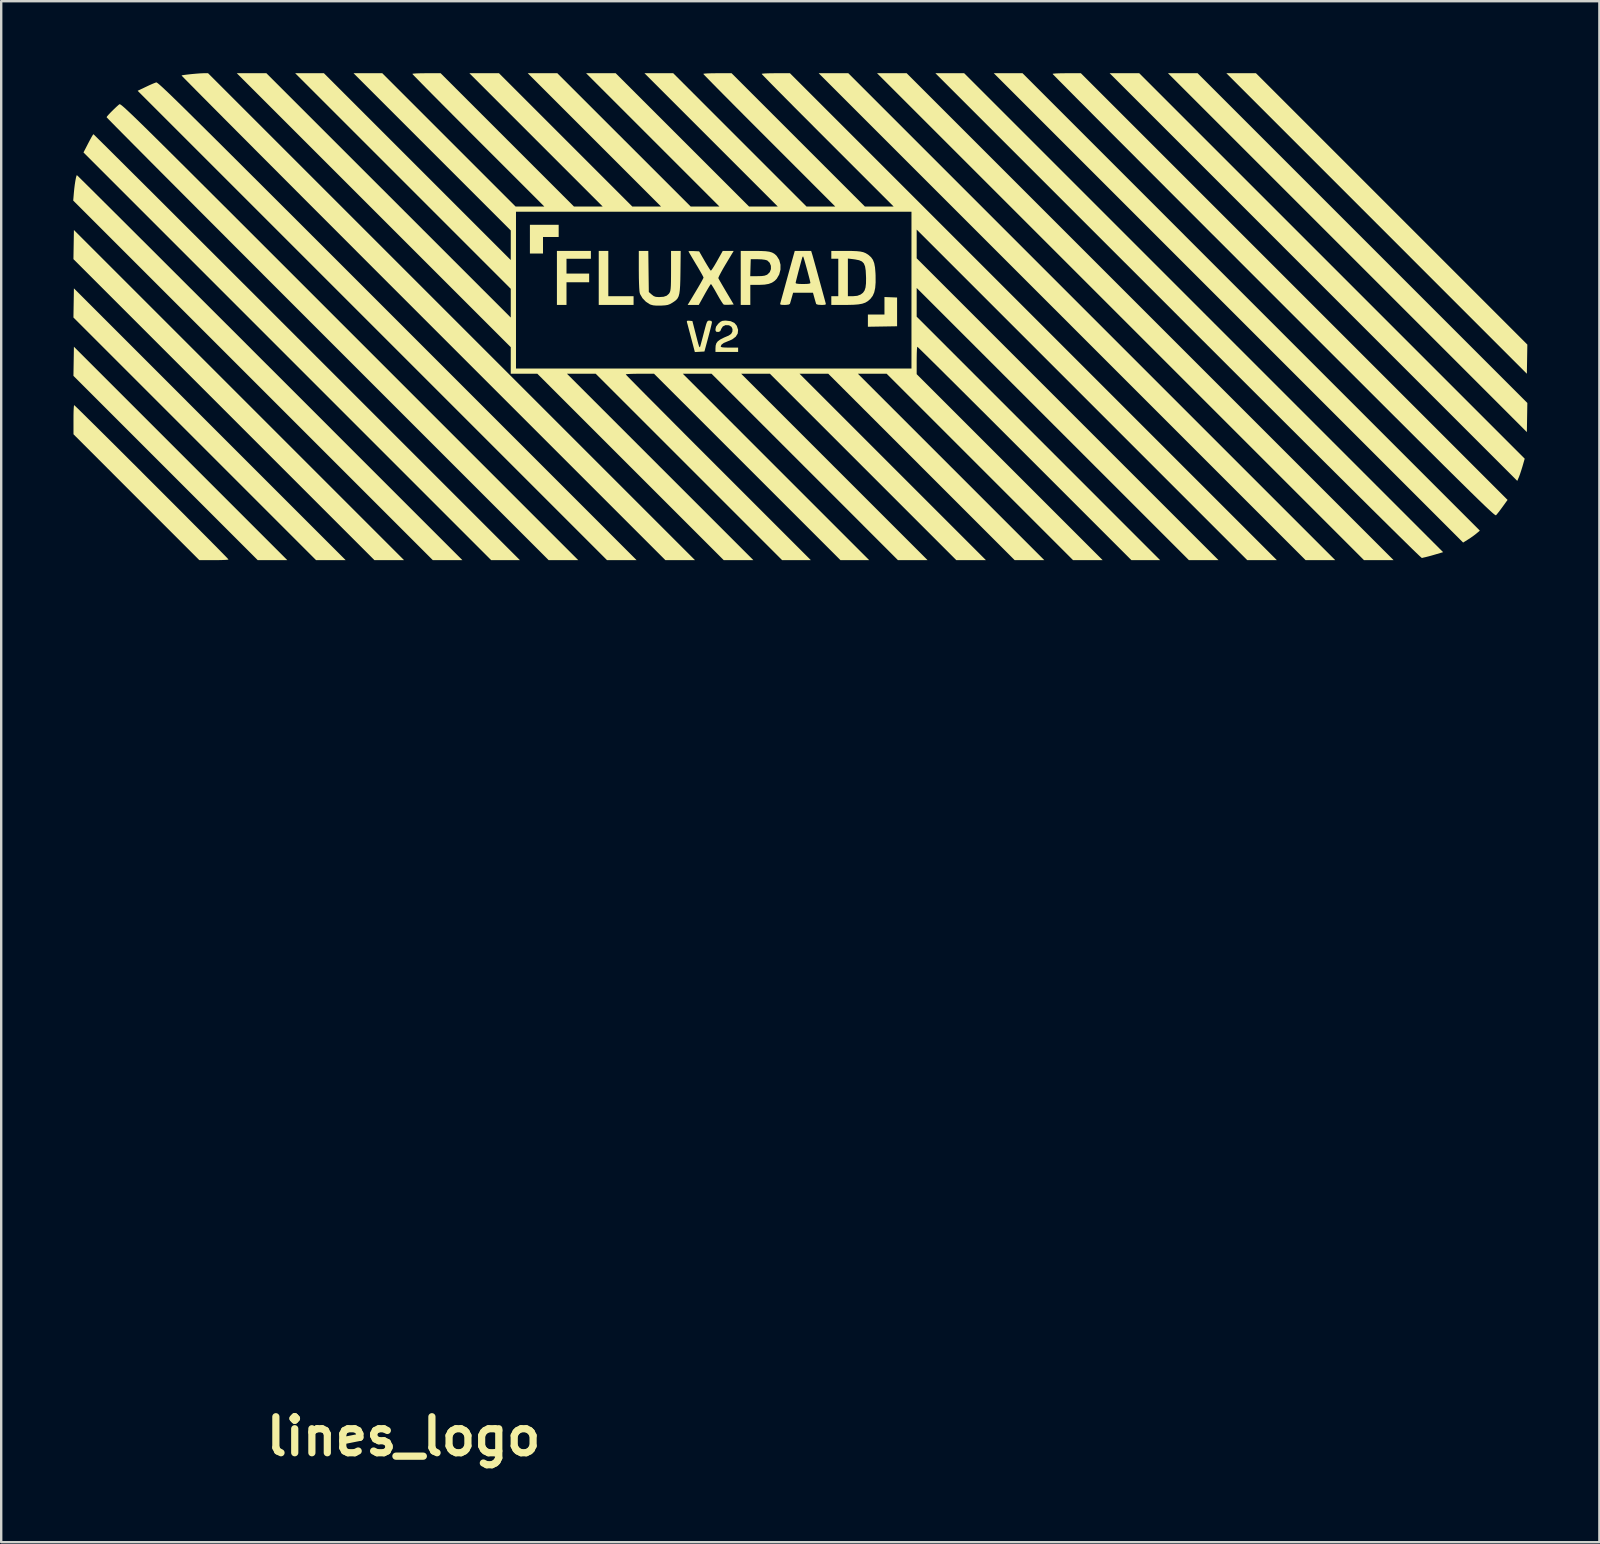
<source format=kicad_pcb>
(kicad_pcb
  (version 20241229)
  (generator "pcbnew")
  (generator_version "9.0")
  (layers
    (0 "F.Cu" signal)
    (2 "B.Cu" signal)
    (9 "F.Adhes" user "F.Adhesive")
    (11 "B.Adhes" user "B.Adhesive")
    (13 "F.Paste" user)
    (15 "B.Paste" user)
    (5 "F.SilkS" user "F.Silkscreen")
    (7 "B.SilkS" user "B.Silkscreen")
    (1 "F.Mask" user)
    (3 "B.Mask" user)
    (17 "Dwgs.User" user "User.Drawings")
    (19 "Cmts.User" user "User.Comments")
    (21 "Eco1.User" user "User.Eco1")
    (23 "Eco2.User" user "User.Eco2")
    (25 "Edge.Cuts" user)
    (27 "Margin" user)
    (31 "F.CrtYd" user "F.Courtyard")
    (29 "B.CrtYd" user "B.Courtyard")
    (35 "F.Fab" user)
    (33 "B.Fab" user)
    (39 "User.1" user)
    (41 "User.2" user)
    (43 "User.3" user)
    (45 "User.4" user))
  (footprint "lines_logo"
    (layer "F.Cu")
    (at 13.763 56.787)
    (property "Reference" "lines_logo" (at 0 0 0) (layer "F.SilkS") (effects (font (size 1.5 1.5) (thickness 0.3))))
    (attr board_only exclude_from_pos_files exclude_from_bom)
    (fp_poly (pts (xy -9.289 -40.949) (xy -4.844 -36.503) (xy -5.461 -36.503) (xy -6.078 -36.503) (xy -9.916 -40.342) (xy -13.754 -44.18) (xy -13.744 -44.787) (xy -13.734 -45.394)) (stroke (width 0) (type solid)) (fill yes) (layer "F.SilkS"))
    (fp_poly (pts (xy -8.074 -42.164) (xy -2.413 -36.503) (xy -3.03 -36.503) (xy -3.647 -36.503) (xy -8.7 -41.557) (xy -13.754 -46.611) (xy -13.744 -47.218) (xy -13.734 -47.825)) (stroke (width 0) (type solid)) (fill yes) (layer "F.SilkS"))
    (fp_poly (pts (xy -6.858 -43.38) (xy 0.018 -36.503) (xy -0.599 -36.503) (xy -1.216 -36.503) (xy -7.485 -42.773) (xy -13.754 -49.042) (xy -13.744 -49.649) (xy -13.734 -50.256)) (stroke (width 0) (type solid)) (fill yes) (layer "F.SilkS"))
    (fp_poly (pts (xy 28.666 -46.645) (xy 38.808 -36.503) (xy 38.191 -36.503) (xy 37.574 -36.503) (xy 27.432 -46.645) (xy 17.29 -56.787) (xy 17.907 -56.787) (xy 18.524 -56.787)) (stroke (width 0) (type solid)) (fill yes) (layer "F.SilkS"))
    (fp_poly (pts (xy 31.097 -46.645) (xy 41.239 -36.503) (xy 40.622 -36.503) (xy 40.005 -36.503) (xy 29.863 -46.645) (xy 19.721 -56.787) (xy 20.338 -56.787) (xy 20.955 -56.787)) (stroke (width 0) (type solid)) (fill yes) (layer "F.SilkS"))
    (fp_poly (pts (xy 39.942 -49.919) (xy 46.81 -43.051) (xy 46.8 -42.444) (xy 46.79 -41.837) (xy 39.316 -49.312) (xy 31.841 -56.787) (xy 32.457 -56.787) (xy 33.074 -56.787)) (stroke (width 0) (type solid)) (fill yes) (layer "F.SilkS"))
    (fp_poly (pts (xy 41.158 -51.135) (xy 46.81 -45.483) (xy 46.8 -44.875) (xy 46.79 -44.268) (xy 40.531 -50.528) (xy 34.272 -56.787) (xy 34.889 -56.787) (xy 35.505 -56.787)) (stroke (width 0) (type solid)) (fill yes) (layer "F.SilkS"))
    (fp_poly (pts (xy 35.306 -47.26) (xy 44.831 -37.733) (xy 44.694 -37.617) (xy 44.588 -37.534) (xy 44.453 -37.438) (xy 44.346 -37.368) (xy 44.135 -37.236) (xy 34.359 -47.012) (xy 24.584 -56.787) (xy 25.182 -56.787) (xy 25.781 -56.787)) (stroke (width 0) (type solid)) (fill yes) (layer "F.SilkS"))
    (fp_poly (pts (xy 6.459 -50.219) (xy 6.459 -49.965) (xy 6.132 -49.965) (xy 5.806 -49.965) (xy 5.806 -49.621) (xy 5.806 -49.276) (xy 5.534 -49.276) (xy 5.261 -49.276) (xy 5.261 -49.875) (xy 5.261 -50.473) (xy 5.86 -50.473) (xy 6.459 -50.473)) (stroke (width 0) (type solid)) (fill yes) (layer "F.SilkS"))
    (fp_poly (pts (xy 8.527 -48.441) (xy 8.527 -47.498) (xy 9.053 -47.498) (xy 9.579 -47.498) (xy 9.579 -47.317) (xy 9.579 -47.135) (xy 8.854 -47.135) (xy 8.128 -47.135) (xy 8.128 -48.26) (xy 8.128 -49.385) (xy 8.328 -49.385) (xy 8.527 -49.385)) (stroke (width 0) (type solid)) (fill yes) (layer "F.SilkS"))
    (fp_poly (pts (xy 20.293 -47.454) (xy 20.556 -47.444) (xy 20.556 -46.845) (xy 20.556 -46.246) (xy 19.948 -46.236) (xy 19.34 -46.226) (xy 19.34 -46.481) (xy 19.34 -46.736) (xy 19.685 -46.736) (xy 20.03 -46.736) (xy 20.03 -47.1) (xy 20.03 -47.465)) (stroke (width 0) (type solid)) (fill yes) (layer "F.SilkS"))
    (fp_poly (pts (xy 38.672 -48.759) (xy 46.7 -40.73) (xy 46.61 -40.417) (xy 46.56 -40.255) (xy 46.509 -40.099) (xy 46.465 -39.979) (xy 46.455 -39.955) (xy 46.391 -39.805) (xy 37.9 -48.296) (xy 29.41 -56.787) (xy 30.026 -56.787) (xy 30.643 -56.787)) (stroke (width 0) (type solid)) (fill yes) (layer "F.SilkS"))
    (fp_poly (pts (xy 7.801 -49.222) (xy 7.801 -49.058) (xy 7.293 -49.058) (xy 6.785 -49.058) (xy 6.785 -48.75) (xy 6.785 -48.441) (xy 7.257 -48.441) (xy 7.729 -48.441) (xy 7.729 -48.26) (xy 7.729 -48.079) (xy 7.257 -48.079) (xy 6.785 -48.079) (xy 6.785 -47.607) (xy 6.785 -47.135) (xy 6.586 -47.135) (xy 6.386 -47.135) (xy 6.386 -48.26) (xy 6.386 -49.385) (xy 7.094 -49.385) (xy 7.801 -49.385)) (stroke (width 0) (type solid)) (fill yes) (layer "F.SilkS"))
    (fp_poly (pts (xy -12.895 -54.222) (xy -12.818 -54.147) (xy -12.694 -54.024) (xy -12.524 -53.856) (xy -12.31 -53.644) (xy -12.055 -53.39) (xy -11.759 -53.095) (xy -11.425 -52.762) (xy -11.054 -52.393) (xy -10.648 -51.989) (xy -10.21 -51.552) (xy -9.741 -51.084) (xy -9.243 -50.586) (xy -8.718 -50.062) (xy -8.167 -49.512) (xy -7.593 -48.939) (xy -6.997 -48.343) (xy -6.381 -47.728) (xy -5.748 -47.095) (xy -5.098 -46.445) (xy -4.434 -45.781) (xy -4.028 -45.375) (xy 4.844 -36.503) (xy 4.245 -36.503) (xy 3.647 -36.503) (xy -4.844 -44.995) (xy -13.335 -53.487) (xy -13.139 -53.867) (xy -13.061 -54.015) (xy -12.994 -54.137) (xy -12.945 -54.218) (xy -12.922 -54.247)) (stroke (width 0) (type solid)) (fill yes) (layer "F.SilkS"))
    (fp_poly (pts (xy -13.583 -52.516) (xy -13.507 -52.442) (xy -13.383 -52.319) (xy -13.214 -52.152) (xy -13.001 -51.941) (xy -12.747 -51.688) (xy -12.453 -51.395) (xy -12.121 -51.065) (xy -11.754 -50.699) (xy -11.353 -50.299) (xy -10.92 -49.867) (xy -10.457 -49.406) (xy -9.967 -48.916) (xy -9.45 -48.4) (xy -8.91 -47.86) (xy -8.347 -47.298) (xy -7.764 -46.716) (xy -7.163 -46.116) (xy -6.546 -45.499) (xy -5.915 -44.867) (xy -5.57 -44.523) (xy 2.449 -36.503) (xy 1.832 -36.503) (xy 1.216 -36.503) (xy -6.274 -43.993) (xy -13.763 -51.482) (xy -13.738 -51.785) (xy -13.72 -51.968) (xy -13.698 -52.147) (xy -13.673 -52.308) (xy -13.648 -52.437) (xy -13.625 -52.519) (xy -13.61 -52.542)) (stroke (width 0) (type solid)) (fill yes) (layer "F.SilkS"))
    (fp_poly (pts (xy 33.325 -46.812) (xy 43.301 -36.836) (xy 42.996 -36.746) (xy 42.842 -36.701) (xy 42.703 -36.663) (xy 42.601 -36.637) (xy 42.581 -36.632) (xy 42.484 -36.61) (xy 42.418 -36.593) (xy 42.387 -36.617) (xy 42.305 -36.692) (xy 42.173 -36.818) (xy 41.991 -36.994) (xy 41.76 -37.221) (xy 41.479 -37.497) (xy 41.149 -37.822) (xy 40.771 -38.196) (xy 40.344 -38.618) (xy 39.87 -39.089) (xy 39.348 -39.607) (xy 38.779 -40.173) (xy 38.164 -40.785) (xy 37.502 -41.444) (xy 36.795 -42.15) (xy 36.042 -42.901) (xy 35.243 -43.698) (xy 34.4 -44.54) (xy 33.513 -45.427) (xy 32.581 -46.358) (xy 32.258 -46.682) (xy 22.152 -56.787) (xy 22.751 -56.787) (xy 23.35 -56.787)) (stroke (width 0) (type solid)) (fill yes) (layer "F.SilkS"))
    (fp_poly (pts (xy 1.996 -46.645) (xy 12.138 -36.503) (xy 11.521 -36.503) (xy 10.904 -36.503) (xy 0.818 -46.589) (xy 0.102 -47.306) (xy -0.602 -48.009) (xy -1.29 -48.698) (xy -1.961 -49.37) (xy -2.614 -50.024) (xy -3.247 -50.658) (xy -3.859 -51.27) (xy -4.446 -51.858) (xy -5.008 -52.422) (xy -5.543 -52.958) (xy -6.05 -53.466) (xy -6.525 -53.944) (xy -6.969 -54.389) (xy -7.379 -54.801) (xy -7.752 -55.176) (xy -8.089 -55.515) (xy -8.386 -55.814) (xy -8.643 -56.073) (xy -8.856 -56.289) (xy -9.026 -56.461) (xy -9.149 -56.586) (xy -9.225 -56.664) (xy -9.251 -56.693) (xy -9.251 -56.693) (xy -9.208 -56.704) (xy -9.109 -56.719) (xy -8.971 -56.736) (xy -8.811 -56.753) (xy -8.645 -56.768) (xy -8.49 -56.78) (xy -8.363 -56.786) (xy -8.315 -56.787) (xy -8.146 -56.787)) (stroke (width 0) (type solid)) (fill yes) (layer "F.SilkS"))
    (fp_poly (pts (xy -10.294 -56.403) (xy -10.276 -56.394) (xy -10.249 -56.375) (xy -10.212 -56.346) (xy -10.163 -56.305) (xy -10.101 -56.25) (xy -10.024 -56.18) (xy -9.932 -56.093) (xy -9.821 -55.989) (xy -9.692 -55.865) (xy -9.542 -55.719) (xy -9.37 -55.552) (xy -9.174 -55.36) (xy -8.954 -55.143) (xy -8.707 -54.899) (xy -8.432 -54.627) (xy -8.127 -54.325) (xy -7.791 -53.992) (xy -7.423 -53.626) (xy -7.021 -53.225) (xy -6.584 -52.789) (xy -6.109 -52.316) (xy -5.596 -51.804) (xy -5.043 -51.252) (xy -4.449 -50.659) (xy -3.812 -50.022) (xy -3.13 -49.341) (xy -2.403 -48.614) (xy -1.628 -47.839) (xy -0.805 -47.016) (xy -0.254 -46.465) (xy 9.706 -36.503) (xy 9.09 -36.503) (xy 8.473 -36.503) (xy -1.303 -46.279) (xy -11.079 -56.055) (xy -10.737 -56.218) (xy -10.585 -56.29) (xy -10.448 -56.35) (xy -10.345 -56.391) (xy -10.305 -56.404)) (stroke (width 0) (type solid)) (fill yes) (layer "F.SilkS"))
    (fp_poly (pts (xy 12.821 -46.468) (xy 12.844 -46.42) (xy 12.844 -46.419) (xy 12.835 -46.363) (xy 12.809 -46.251) (xy 12.771 -46.096) (xy 12.723 -45.91) (xy 12.687 -45.774) (xy 12.53 -45.194) (xy 12.331 -45.183) (xy 12.132 -45.172) (xy 11.976 -45.764) (xy 11.923 -45.965) (xy 11.875 -46.145) (xy 11.837 -46.29) (xy 11.81 -46.388) (xy 11.801 -46.421) (xy 11.8 -46.465) (xy 11.84 -46.479) (xy 11.906 -46.476) (xy 12.029 -46.464) (xy 12.178 -45.883) (xy 12.233 -45.671) (xy 12.273 -45.521) (xy 12.302 -45.427) (xy 12.323 -45.38) (xy 12.339 -45.373) (xy 12.353 -45.398) (xy 12.362 -45.43) (xy 12.385 -45.513) (xy 12.421 -45.649) (xy 12.466 -45.818) (xy 12.514 -46.003) (xy 12.518 -46.019) (xy 12.568 -46.207) (xy 12.604 -46.335) (xy 12.634 -46.416) (xy 12.662 -46.46) (xy 12.693 -46.478) (xy 12.733 -46.482) (xy 12.742 -46.482)) (stroke (width 0) (type solid)) (fill yes) (layer "F.SilkS"))
    (fp_poly (pts (xy -13.697 -42.937) (xy -13.62 -42.864) (xy -13.5 -42.748) (xy -13.341 -42.591) (xy -13.145 -42.397) (xy -12.916 -42.171) (xy -12.659 -41.916) (xy -12.377 -41.636) (xy -12.074 -41.335) (xy -11.754 -41.016) (xy -11.42 -40.683) (xy -11.076 -40.34) (xy -10.727 -39.99) (xy -10.375 -39.638) (xy -10.024 -39.287) (xy -9.678 -38.941) (xy -9.342 -38.604) (xy -9.018 -38.279) (xy -8.711 -37.97) (xy -8.424 -37.682) (xy -8.16 -37.417) (xy -7.925 -37.179) (xy -7.721 -36.973) (xy -7.553 -36.801) (xy -7.423 -36.669) (xy -7.336 -36.578) (xy -7.296 -36.534) (xy -7.293 -36.531) (xy -7.328 -36.522) (xy -7.423 -36.514) (xy -7.567 -36.508) (xy -7.747 -36.504) (xy -7.901 -36.503) (xy -8.509 -36.503) (xy -11.131 -39.125) (xy -13.752 -41.747) (xy -13.752 -42.355) (xy -13.751 -42.555) (xy -13.747 -42.728) (xy -13.74 -42.861) (xy -13.732 -42.942) (xy -13.725 -42.962)) (stroke (width 0) (type solid)) (fill yes) (layer "F.SilkS"))
    (fp_poly (pts (xy 14.884 -49.382) (xy 15.083 -49.372) (xy 15.233 -49.352) (xy 15.348 -49.318) (xy 15.438 -49.269) (xy 15.516 -49.202) (xy 15.543 -49.173) (xy 15.648 -49.007) (xy 15.699 -48.811) (xy 15.698 -48.603) (xy 15.646 -48.403) (xy 15.544 -48.227) (xy 15.462 -48.142) (xy 15.346 -48.063) (xy 15.209 -48.011) (xy 15.036 -47.981) (xy 14.811 -47.97) (xy 14.759 -47.97) (xy 14.442 -47.97) (xy 14.442 -47.552) (xy 14.442 -47.135) (xy 14.242 -47.135) (xy 14.043 -47.135) (xy 14.043 -48.26) (xy 14.043 -48.333) (xy 14.439 -48.333) (xy 14.74 -48.333) (xy 14.912 -48.337) (xy 15.032 -48.353) (xy 15.122 -48.385) (xy 15.156 -48.404) (xy 15.253 -48.5) (xy 15.301 -48.628) (xy 15.299 -48.765) (xy 15.249 -48.891) (xy 15.152 -48.984) (xy 15.144 -48.989) (xy 15.054 -49.015) (xy 14.912 -49.033) (xy 14.756 -49.039) (xy 14.46 -49.04) (xy 14.449 -48.686) (xy 14.439 -48.333) (xy 14.043 -48.333) (xy 14.043 -49.385) (xy 14.625 -49.385)) (stroke (width 0) (type solid)) (fill yes) (layer "F.SilkS"))
    (fp_poly (pts (xy 13.628 -46.457) (xy 13.781 -46.383) (xy 13.879 -46.265) (xy 13.933 -46.098) (xy 13.918 -45.945) (xy 13.835 -45.811) (xy 13.686 -45.698) (xy 13.48 -45.611) (xy 13.337 -45.551) (xy 13.242 -45.48) (xy 13.208 -45.406) (xy 13.225 -45.383) (xy 13.283 -45.368) (xy 13.392 -45.36) (xy 13.563 -45.357) (xy 13.571 -45.357) (xy 13.934 -45.357) (xy 13.934 -45.266) (xy 13.934 -45.176) (xy 13.462 -45.176) (xy 12.99 -45.176) (xy 12.99 -45.319) (xy 12.998 -45.441) (xy 13.027 -45.538) (xy 13.088 -45.62) (xy 13.19 -45.695) (xy 13.342 -45.773) (xy 13.544 -45.859) (xy 13.644 -45.93) (xy 13.696 -46.027) (xy 13.7 -46.131) (xy 13.656 -46.223) (xy 13.564 -46.282) (xy 13.549 -46.287) (xy 13.409 -46.293) (xy 13.298 -46.24) (xy 13.23 -46.136) (xy 13.228 -46.128) (xy 13.191 -46.045) (xy 13.134 -46.013) (xy 13.092 -46.01) (xy 13.02 -46.02) (xy 12.994 -46.063) (xy 12.99 -46.123) (xy 13.016 -46.231) (xy 13.1 -46.344) (xy 13.114 -46.359) (xy 13.2 -46.435) (xy 13.28 -46.471) (xy 13.389 -46.482) (xy 13.424 -46.482)) (stroke (width 0) (type solid)) (fill yes) (layer "F.SilkS"))
    (fp_poly (pts (xy 10.203 -48.529) (xy 10.214 -47.673) (xy 10.333 -47.568) (xy 10.419 -47.502) (xy 10.506 -47.471) (xy 10.628 -47.462) (xy 10.649 -47.462) (xy 10.831 -47.475) (xy 10.96 -47.52) (xy 11.052 -47.601) (xy 11.079 -47.643) (xy 11.099 -47.686) (xy 11.114 -47.745) (xy 11.125 -47.829) (xy 11.133 -47.949) (xy 11.137 -48.114) (xy 11.139 -48.333) (xy 11.14 -48.565) (xy 11.14 -49.385) (xy 11.341 -49.385) (xy 11.542 -49.385) (xy 11.532 -48.505) (xy 11.527 -48.195) (xy 11.519 -47.948) (xy 11.506 -47.756) (xy 11.486 -47.608) (xy 11.456 -47.496) (xy 11.413 -47.41) (xy 11.355 -47.342) (xy 11.279 -47.282) (xy 11.194 -47.226) (xy 11.096 -47.17) (xy 11.005 -47.136) (xy 10.897 -47.118) (xy 10.745 -47.108) (xy 10.707 -47.107) (xy 10.529 -47.106) (xy 10.399 -47.118) (xy 10.296 -47.145) (xy 10.25 -47.165) (xy 10.09 -47.27) (xy 9.951 -47.415) (xy 9.855 -47.578) (xy 9.836 -47.633) (xy 9.824 -47.711) (xy 9.814 -47.849) (xy 9.806 -48.034) (xy 9.8 -48.256) (xy 9.798 -48.501) (xy 9.797 -48.578) (xy 9.797 -49.385) (xy 9.995 -49.385) (xy 10.193 -49.385)) (stroke (width 0) (type solid)) (fill yes) (layer "F.SilkS"))
    (fp_poly (pts (xy 18.67 -49.383) (xy 18.871 -49.375) (xy 19.024 -49.359) (xy 19.144 -49.333) (xy 19.242 -49.294) (xy 19.333 -49.24) (xy 19.368 -49.214) (xy 19.473 -49.121) (xy 19.55 -49.012) (xy 19.603 -48.874) (xy 19.637 -48.694) (xy 19.656 -48.459) (xy 19.66 -48.365) (xy 19.662 -48.074) (xy 19.644 -47.842) (xy 19.604 -47.658) (xy 19.539 -47.511) (xy 19.447 -47.39) (xy 19.433 -47.376) (xy 19.338 -47.293) (xy 19.232 -47.23) (xy 19.104 -47.186) (xy 18.942 -47.157) (xy 18.735 -47.141) (xy 18.471 -47.135) (xy 18.39 -47.135) (xy 17.816 -47.135) (xy 17.816 -47.317) (xy 17.816 -47.498) (xy 17.961 -47.498) (xy 18.107 -47.498) (xy 18.107 -48.278) (xy 18.107 -49.058) (xy 17.961 -49.058) (xy 17.816 -49.058) (xy 17.816 -49.067) (xy 18.506 -49.067) (xy 18.506 -48.282) (xy 18.506 -47.498) (xy 18.714 -47.498) (xy 18.899 -47.515) (xy 19.038 -47.568) (xy 19.043 -47.572) (xy 19.136 -47.643) (xy 19.2 -47.735) (xy 19.241 -47.86) (xy 19.261 -48.029) (xy 19.264 -48.254) (xy 19.261 -48.331) (xy 19.249 -48.566) (xy 19.222 -48.74) (xy 19.172 -48.862) (xy 19.093 -48.944) (xy 18.974 -48.997) (xy 18.809 -49.03) (xy 18.714 -49.043) (xy 18.506 -49.067) (xy 17.816 -49.067) (xy 17.816 -49.222) (xy 17.816 -49.385) (xy 18.41 -49.385)) (stroke (width 0) (type solid)) (fill yes) (layer "F.SilkS"))
    (fp_poly (pts (xy 37.099 -47.9) (xy 45.986 -39.013) (xy 45.775 -38.721) (xy 45.679 -38.59) (xy 45.592 -38.477) (xy 45.527 -38.398) (xy 45.505 -38.374) (xy 45.496 -38.373) (xy 45.481 -38.379) (xy 45.457 -38.394) (xy 45.423 -38.419) (xy 45.377 -38.457) (xy 45.318 -38.509) (xy 45.245 -38.576) (xy 45.155 -38.659) (xy 45.047 -38.761) (xy 44.92 -38.883) (xy 44.772 -39.026) (xy 44.602 -39.192) (xy 44.408 -39.382) (xy 44.188 -39.599) (xy 43.941 -39.842) (xy 43.665 -40.115) (xy 43.359 -40.418) (xy 43.022 -40.754) (xy 42.651 -41.123) (xy 42.245 -41.526) (xy 41.803 -41.967) (xy 41.323 -42.446) (xy 40.804 -42.964) (xy 40.243 -43.524) (xy 39.641 -44.126) (xy 38.993 -44.773) (xy 38.301 -45.465) (xy 37.561 -46.205) (xy 36.772 -46.993) (xy 36.239 -47.527) (xy 35.555 -48.211) (xy 34.884 -48.882) (xy 34.228 -49.539) (xy 33.588 -50.178) (xy 32.968 -50.799) (xy 32.368 -51.4) (xy 31.79 -51.979) (xy 31.236 -52.534) (xy 30.709 -53.062) (xy 30.209 -53.564) (xy 29.738 -54.035) (xy 29.299 -54.476) (xy 28.893 -54.883) (xy 28.522 -55.256) (xy 28.188 -55.591) (xy 27.893 -55.888) (xy 27.638 -56.145) (xy 27.425 -56.36) (xy 27.256 -56.53) (xy 27.134 -56.655) (xy 27.058 -56.732) (xy 27.033 -56.76) (xy 27.033 -56.76) (xy 27.067 -56.769) (xy 27.162 -56.777) (xy 27.305 -56.783) (xy 27.485 -56.786) (xy 27.623 -56.787) (xy 28.212 -56.787)) (stroke (width 0) (type solid)) (fill yes) (layer "F.SilkS"))
    (fp_poly (pts (xy -11.814 -55.492) (xy -11.795 -55.482) (xy -11.768 -55.464) (xy -11.732 -55.437) (xy -11.686 -55.398) (xy -11.628 -55.348) (xy -11.557 -55.283) (xy -11.471 -55.203) (xy -11.368 -55.106) (xy -11.247 -54.991) (xy -11.107 -54.855) (xy -10.945 -54.698) (xy -10.761 -54.518) (xy -10.553 -54.313) (xy -10.319 -54.082) (xy -10.057 -53.823) (xy -9.767 -53.535) (xy -9.446 -53.216) (xy -9.093 -52.865) (xy -8.707 -52.48) (xy -8.286 -52.06) (xy -7.828 -51.603) (xy -7.331 -51.108) (xy -6.796 -50.573) (xy -6.218 -49.996) (xy -5.599 -49.377) (xy -4.934 -48.713) (xy -4.224 -48.003) (xy -3.466 -47.245) (xy -2.66 -46.438) (xy -2.248 -46.027) (xy 7.275 -36.503) (xy 6.659 -36.503) (xy 6.042 -36.503) (xy -3.166 -45.711) (xy -3.85 -46.395) (xy -4.521 -47.067) (xy -5.177 -47.723) (xy -5.817 -48.363) (xy -6.437 -48.985) (xy -7.038 -49.586) (xy -7.615 -50.165) (xy -8.169 -50.72) (xy -8.697 -51.249) (xy -9.197 -51.751) (xy -9.667 -52.223) (xy -10.107 -52.664) (xy -10.513 -53.072) (xy -10.883 -53.445) (xy -11.218 -53.782) (xy -11.513 -54.08) (xy -11.768 -54.337) (xy -11.981 -54.552) (xy -12.15 -54.724) (xy -12.273 -54.849) (xy -12.348 -54.927) (xy -12.373 -54.956) (xy -12.373 -54.956) (xy -12.349 -54.994) (xy -12.283 -55.069) (xy -12.19 -55.167) (xy -12.081 -55.275) (xy -11.97 -55.381) (xy -11.869 -55.471) (xy -11.846 -55.49) (xy -11.838 -55.494) (xy -11.829 -55.495)) (stroke (width 0) (type solid)) (fill yes) (layer "F.SilkS"))
    (fp_poly (pts (xy 13.421 -48.839) (xy 13.315 -48.659) (xy 13.226 -48.499) (xy 13.158 -48.37) (xy 13.118 -48.283) (xy 13.11 -48.249) (xy 13.134 -48.205) (xy 13.188 -48.109) (xy 13.266 -47.974) (xy 13.362 -47.81) (xy 13.439 -47.679) (xy 13.751 -47.153) (xy 13.565 -47.142) (xy 13.45 -47.139) (xy 13.361 -47.143) (xy 13.334 -47.149) (xy 13.301 -47.185) (xy 13.241 -47.274) (xy 13.163 -47.401) (xy 13.075 -47.555) (xy 13.058 -47.586) (xy 12.971 -47.741) (xy 12.895 -47.87) (xy 12.837 -47.962) (xy 12.805 -48.004) (xy 12.803 -48.006) (xy 12.777 -47.976) (xy 12.724 -47.894) (xy 12.651 -47.771) (xy 12.564 -47.619) (xy 12.537 -47.571) (xy 12.295 -47.135) (xy 12.063 -47.135) (xy 11.832 -47.135) (xy 12.163 -47.686) (xy 12.27 -47.866) (xy 12.363 -48.026) (xy 12.435 -48.155) (xy 12.48 -48.242) (xy 12.494 -48.275) (xy 12.475 -48.318) (xy 12.426 -48.411) (xy 12.35 -48.544) (xy 12.256 -48.706) (xy 12.179 -48.833) (xy 12.075 -49.007) (xy 11.986 -49.157) (xy 11.917 -49.275) (xy 11.875 -49.35) (xy 11.865 -49.37) (xy 11.898 -49.378) (xy 11.984 -49.38) (xy 12.088 -49.378) (xy 12.31 -49.367) (xy 12.539 -48.968) (xy 12.628 -48.817) (xy 12.706 -48.69) (xy 12.764 -48.601) (xy 12.796 -48.562) (xy 12.798 -48.561) (xy 12.825 -48.587) (xy 12.88 -48.666) (xy 12.955 -48.786) (xy 13.042 -48.935) (xy 13.06 -48.968) (xy 13.294 -49.385) (xy 13.522 -49.385) (xy 13.75 -49.385)) (stroke (width 0) (type solid)) (fill yes) (layer "F.SilkS"))
    (fp_poly (pts (xy 17.013 -49.267) (xy 17.033 -49.201) (xy 17.068 -49.076) (xy 17.117 -48.901) (xy 17.176 -48.689) (xy 17.242 -48.449) (xy 17.308 -48.206) (xy 17.377 -47.953) (xy 17.441 -47.721) (xy 17.496 -47.519) (xy 17.54 -47.359) (xy 17.57 -47.248) (xy 17.584 -47.199) (xy 17.586 -47.162) (xy 17.554 -47.143) (xy 17.472 -47.136) (xy 17.4 -47.135) (xy 17.266 -47.143) (xy 17.193 -47.167) (xy 17.183 -47.181) (xy 17.166 -47.238) (xy 17.136 -47.341) (xy 17.11 -47.434) (xy 17.052 -47.643) (xy 16.639 -47.643) (xy 16.225 -47.643) (xy 16.166 -47.434) (xy 16.132 -47.315) (xy 16.104 -47.22) (xy 16.092 -47.181) (xy 16.045 -47.151) (xy 15.935 -47.137) (xy 15.874 -47.135) (xy 15.758 -47.138) (xy 15.7 -47.15) (xy 15.685 -47.176) (xy 15.69 -47.199) (xy 15.704 -47.25) (xy 15.735 -47.361) (xy 15.779 -47.522) (xy 15.834 -47.721) (xy 15.897 -47.95) (xy 15.923 -48.046) (xy 16.329 -48.046) (xy 16.364 -48.024) (xy 16.469 -48.01) (xy 16.637 -48.006) (xy 16.8 -48.01) (xy 16.899 -48.021) (xy 16.942 -48.041) (xy 16.945 -48.051) (xy 16.935 -48.103) (xy 16.911 -48.207) (xy 16.874 -48.348) (xy 16.831 -48.512) (xy 16.784 -48.684) (xy 16.738 -48.849) (xy 16.697 -48.992) (xy 16.664 -49.098) (xy 16.645 -49.151) (xy 16.643 -49.155) (xy 16.62 -49.141) (xy 16.605 -49.106) (xy 16.576 -49.006) (xy 16.538 -48.866) (xy 16.494 -48.702) (xy 16.448 -48.529) (xy 16.405 -48.362) (xy 16.368 -48.217) (xy 16.341 -48.108) (xy 16.329 -48.05) (xy 16.329 -48.046) (xy 15.923 -48.046) (xy 15.947 -48.133) (xy 16.016 -48.385) (xy 16.082 -48.624) (xy 16.141 -48.839) (xy 16.19 -49.016) (xy 16.226 -49.144) (xy 16.24 -49.194) (xy 16.294 -49.385) (xy 16.635 -49.385) (xy 16.976 -49.385)) (stroke (width 0) (type solid)) (fill yes) (layer "F.SilkS"))
    (fp_poly (pts (xy -0.626 -51.698) (xy 4.463 -46.609) (xy 4.463 -47.208) (xy 4.463 -47.806) (xy -0.027 -52.297) (xy -4.517 -56.787) (xy -3.919 -56.787) (xy -3.32 -56.787) (xy 0.571 -52.896) (xy 4.463 -49.004) (xy 4.463 -49.621) (xy 4.463 -50.237) (xy 3.683 -51.018) (xy 4.681 -51.018) (xy 4.681 -47.752) (xy 4.681 -44.486) (xy 12.918 -44.486) (xy 21.155 -44.486) (xy 21.155 -47.752) (xy 21.155 -51.018) (xy 12.918 -51.018) (xy 4.681 -51.018) (xy 3.683 -51.018) (xy 1.188 -53.512) (xy -2.086 -56.787) (xy -1.488 -56.787) (xy -0.889 -56.787) (xy 1.887 -54.011) (xy 4.663 -51.235) (xy 5.261 -51.235) (xy 5.86 -51.235) (xy 3.111 -53.984) (xy 2.74 -54.355) (xy 2.384 -54.713) (xy 2.046 -55.052) (xy 1.729 -55.37) (xy 1.437 -55.665) (xy 1.173 -55.931) (xy 0.94 -56.166) (xy 0.742 -56.367) (xy 0.582 -56.531) (xy 0.463 -56.653) (xy 0.389 -56.73) (xy 0.363 -56.76) (xy 0.363 -56.76) (xy 0.397 -56.769) (xy 0.492 -56.777) (xy 0.635 -56.783) (xy 0.815 -56.786) (xy 0.953 -56.787) (xy 1.542 -56.787) (xy 4.318 -54.011) (xy 7.094 -51.235) (xy 7.692 -51.235) (xy 8.291 -51.235) (xy 5.515 -54.011) (xy 2.74 -56.787) (xy 3.357 -56.787) (xy 3.973 -56.787) (xy 6.749 -54.011) (xy 9.525 -51.235) (xy 10.124 -51.235) (xy 10.722 -51.235) (xy 7.947 -54.011) (xy 5.171 -56.787) (xy 5.787 -56.787) (xy 6.403 -56.787) (xy 9.18 -54.011) (xy 11.957 -51.235) (xy 12.555 -51.235) (xy 13.153 -51.235) (xy 10.378 -54.011) (xy 7.602 -56.787) (xy 8.218 -56.787) (xy 8.834 -56.787) (xy 11.611 -54.011) (xy 14.388 -51.235) (xy 14.986 -51.235) (xy 15.585 -51.235) (xy 12.809 -54.011) (xy 10.033 -56.787) (xy 10.632 -56.787) (xy 11.231 -56.787) (xy 14.006 -54.011) (xy 16.782 -51.235) (xy 17.381 -51.235) (xy 17.979 -51.235) (xy 15.231 -53.984) (xy 14.86 -54.355) (xy 14.503 -54.713) (xy 14.165 -55.052) (xy 13.848 -55.37) (xy 13.556 -55.665) (xy 13.292 -55.931) (xy 13.059 -56.166) (xy 12.861 -56.367) (xy 12.701 -56.531) (xy 12.582 -56.653) (xy 12.508 -56.73) (xy 12.482 -56.76) (xy 12.482 -56.76) (xy 12.517 -56.769) (xy 12.611 -56.777) (xy 12.755 -56.783) (xy 12.934 -56.786) (xy 13.072 -56.787) (xy 13.662 -56.787) (xy 16.437 -54.011) (xy 19.213 -51.235) (xy 19.812 -51.235) (xy 20.411 -51.235) (xy 17.662 -53.984) (xy 17.291 -54.355) (xy 16.935 -54.713) (xy 16.596 -55.052) (xy 16.279 -55.37) (xy 15.987 -55.665) (xy 15.723 -55.931) (xy 15.49 -56.166) (xy 15.292 -56.367) (xy 15.132 -56.531) (xy 15.014 -56.653) (xy 14.94 -56.73) (xy 14.913 -56.76) (xy 14.913 -56.76) (xy 14.948 -56.769) (xy 15.042 -56.777) (xy 15.186 -56.783) (xy 15.365 -56.786) (xy 15.503 -56.787) (xy 16.093 -56.787) (xy 26.235 -46.645) (xy 36.376 -36.503) (xy 35.76 -36.503) (xy 35.143 -36.503) (xy 28.258 -43.389) (xy 21.372 -50.274) (xy 21.372 -49.675) (xy 21.372 -49.077) (xy 27.659 -42.79) (xy 33.945 -36.503) (xy 33.329 -36.503) (xy 32.712 -36.503) (xy 27.042 -42.173) (xy 21.372 -47.842) (xy 21.372 -47.244) (xy 21.372 -46.646) (xy 26.443 -41.575) (xy 31.514 -36.503) (xy 30.915 -36.503) (xy 30.317 -36.503) (xy 25.872 -40.948) (xy 25.398 -41.422) (xy 24.938 -41.882) (xy 24.494 -42.325) (xy 24.07 -42.748) (xy 23.666 -43.15) (xy 23.288 -43.527) (xy 22.936 -43.878) (xy 22.613 -44.198) (xy 22.323 -44.487) (xy 22.067 -44.74) (xy 21.849 -44.956) (xy 21.671 -45.131) (xy 21.535 -45.264) (xy 21.445 -45.352) (xy 21.403 -45.391) (xy 21.4 -45.393) (xy 21.39 -45.359) (xy 21.382 -45.265) (xy 21.376 -45.122) (xy 21.373 -44.943) (xy 21.372 -44.822) (xy 21.372 -44.251) (xy 25.246 -40.377) (xy 29.119 -36.503) (xy 28.502 -36.503) (xy 27.885 -36.503) (xy 24.003 -40.386) (xy 20.121 -44.269) (xy 19.522 -44.269) (xy 18.923 -44.269) (xy 22.806 -40.386) (xy 26.688 -36.503) (xy 26.071 -36.503) (xy 25.454 -36.503) (xy 21.572 -40.386) (xy 17.689 -44.269) (xy 17.091 -44.269) (xy 16.492 -44.269) (xy 20.374 -40.386) (xy 24.257 -36.503) (xy 23.64 -36.503) (xy 23.023 -36.503) (xy 19.141 -40.386) (xy 15.258 -44.269) (xy 14.66 -44.269) (xy 14.061 -44.269) (xy 17.943 -40.386) (xy 21.826 -36.503) (xy 21.209 -36.503) (xy 20.592 -36.503) (xy 16.71 -40.386) (xy 12.827 -44.269) (xy 12.228 -44.269) (xy 11.63 -44.269) (xy 15.512 -40.386) (xy 19.395 -36.503) (xy 18.796 -36.503) (xy 18.198 -36.503) (xy 14.315 -40.386) (xy 10.431 -44.269) (xy 9.842 -44.269) (xy 9.645 -44.267) (xy 9.475 -44.263) (xy 9.346 -44.256) (xy 9.269 -44.248) (xy 9.253 -44.241) (xy 9.278 -44.213) (xy 9.352 -44.136) (xy 9.471 -44.014) (xy 9.634 -43.849) (xy 9.836 -43.644) (xy 10.076 -43.401) (xy 10.351 -43.125) (xy 10.657 -42.817) (xy 10.992 -42.48) (xy 11.353 -42.117) (xy 11.737 -41.731) (xy 12.142 -41.325) (xy 12.565 -40.902) (xy 13.003 -40.464) (xy 13.108 -40.359) (xy 16.963 -36.503) (xy 16.365 -36.503) (xy 15.766 -36.503) (xy 11.884 -40.386) (xy 8.001 -44.269) (xy 7.402 -44.269) (xy 6.804 -44.269) (xy 10.686 -40.386) (xy 14.569 -36.503) (xy 13.952 -36.503) (xy 13.335 -36.503) (xy 9.452 -40.386) (xy 5.57 -44.269) (xy 5.017 -44.269) (xy 4.463 -44.269) (xy 4.463 -44.822) (xy 4.463 -45.375) (xy -1.243 -51.081) (xy -6.949 -56.787) (xy -6.332 -56.787) (xy -5.716 -56.787)) (stroke (width 0) (type solid)) (fill yes) (layer "F.SilkS")))
  (gr_rect
    (start -3 -3)
    (end 63.574 61.191)
    (stroke (width 0.1) (type default))
    (fill no)
    (layer "Edge.Cuts")))
</source>
